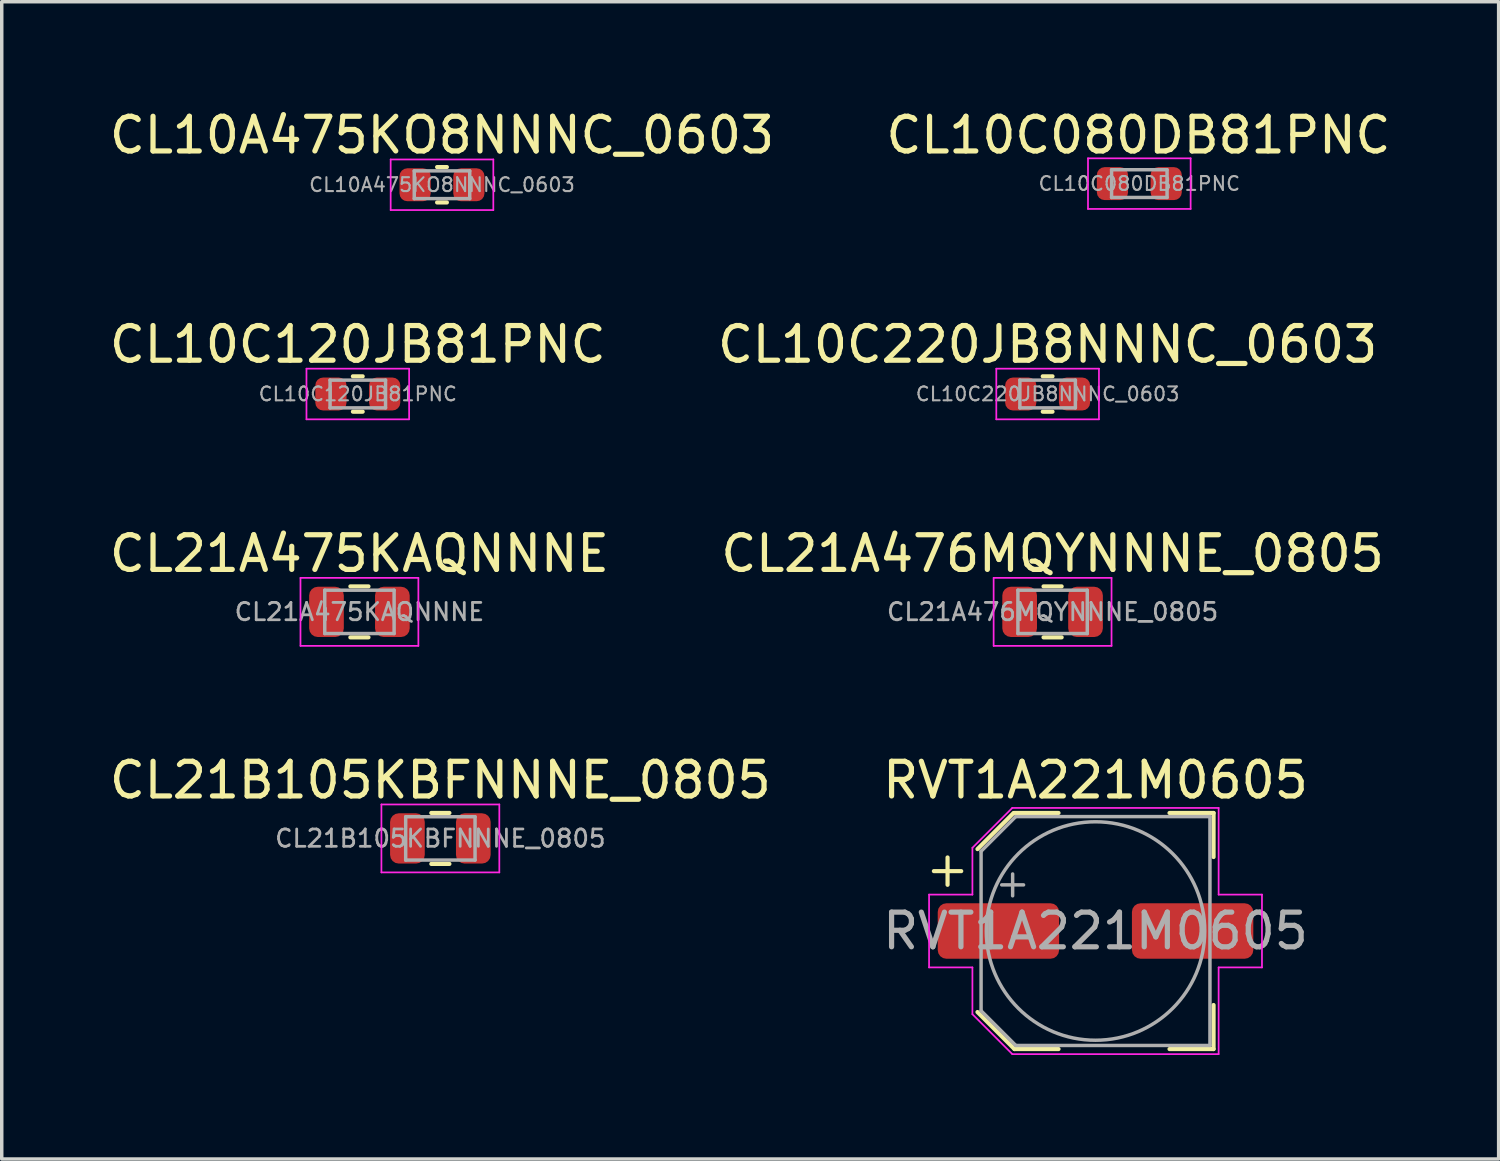
<source format=kicad_pcb>
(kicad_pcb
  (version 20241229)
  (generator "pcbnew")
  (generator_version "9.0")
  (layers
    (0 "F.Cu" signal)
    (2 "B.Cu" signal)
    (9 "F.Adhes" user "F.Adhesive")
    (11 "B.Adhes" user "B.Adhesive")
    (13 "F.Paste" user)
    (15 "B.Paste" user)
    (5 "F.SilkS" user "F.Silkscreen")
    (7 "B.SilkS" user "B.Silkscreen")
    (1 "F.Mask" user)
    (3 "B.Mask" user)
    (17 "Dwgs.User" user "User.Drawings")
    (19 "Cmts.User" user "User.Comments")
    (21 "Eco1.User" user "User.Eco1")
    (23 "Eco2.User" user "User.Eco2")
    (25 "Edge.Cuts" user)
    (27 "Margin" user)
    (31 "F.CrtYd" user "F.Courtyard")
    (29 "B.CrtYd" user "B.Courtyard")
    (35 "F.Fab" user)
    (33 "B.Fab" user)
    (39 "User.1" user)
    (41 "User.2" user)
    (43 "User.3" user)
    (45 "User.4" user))
  (footprint "CL10C220JB8NNNC_0603"
    (layer "F.Cu")
    (at 27.161 8.312)
    (property "Reference" "CL10C220JB8NNNC_0603" (at 0 -1.43 0) (layer "F.SilkS") (effects (font (size 1 1) (thickness 0.15))))
    (attr smd)
    (fp_line (start -0.141 -0.51) (end 0.141 -0.51) (stroke (width 0.12) (type solid)) (layer "F.SilkS"))
    (fp_line (start -0.141 0.51) (end 0.141 0.51) (stroke (width 0.12) (type solid)) (layer "F.SilkS"))
    (fp_line (start -1.48 -0.73) (end 1.48 -0.73) (stroke (width 0.05) (type solid)) (layer "F.CrtYd"))
    (fp_line (start -1.48 0.73) (end -1.48 -0.73) (stroke (width 0.05) (type solid)) (layer "F.CrtYd"))
    (fp_line (start 1.48 -0.73) (end 1.48 0.73) (stroke (width 0.05) (type solid)) (layer "F.CrtYd"))
    (fp_line (start 1.48 0.73) (end -1.48 0.73) (stroke (width 0.05) (type solid)) (layer "F.CrtYd"))
    (fp_line (start -0.8 -0.4) (end 0.8 -0.4) (stroke (width 0.1) (type solid)) (layer "F.Fab"))
    (fp_line (start -0.8 0.4) (end -0.8 -0.4) (stroke (width 0.1) (type solid)) (layer "F.Fab"))
    (fp_line (start 0.8 -0.4) (end 0.8 0.4) (stroke (width 0.1) (type solid)) (layer "F.Fab"))
    (fp_line (start 0.8 0.4) (end -0.8 0.4) (stroke (width 0.1) (type solid)) (layer "F.Fab"))
    (fp_text user "${REFERENCE}" (at 0 0 0) (layer "F.Fab") (effects (font (size 0.4 0.4) (thickness 0.06))))
    (pad "1" smd roundrect (at -0.775 0) (size 0.9 0.95) (layers "F.Cu" "F.Mask" "F.Paste") (roundrect_rratio 0.25))
    (pad "2" smd roundrect (at 0.775 0) (size 0.9 0.95) (layers "F.Cu" "F.Mask" "F.Paste") (roundrect_rratio 0.25)))
  (footprint "CL21A476MQYNNNE_0805"
    (layer "F.Cu")
    (at 27.304 14.595)
    (property "Reference" "CL21A476MQYNNNE_0805" (at 0 -1.68 0) (layer "F.SilkS") (effects (font (size 1 1) (thickness 0.15))))
    (attr smd)
    (fp_line (start -0.261 -0.735) (end 0.261 -0.735) (stroke (width 0.12) (type solid)) (layer "F.SilkS"))
    (fp_line (start -0.261 0.735) (end 0.261 0.735) (stroke (width 0.12) (type solid)) (layer "F.SilkS"))
    (fp_line (start -1.7 -0.98) (end 1.7 -0.98) (stroke (width 0.05) (type solid)) (layer "F.CrtYd"))
    (fp_line (start -1.7 0.98) (end -1.7 -0.98) (stroke (width 0.05) (type solid)) (layer "F.CrtYd"))
    (fp_line (start 1.7 -0.98) (end 1.7 0.98) (stroke (width 0.05) (type solid)) (layer "F.CrtYd"))
    (fp_line (start 1.7 0.98) (end -1.7 0.98) (stroke (width 0.05) (type solid)) (layer "F.CrtYd"))
    (fp_line (start -1 -0.625) (end 1 -0.625) (stroke (width 0.1) (type solid)) (layer "F.Fab"))
    (fp_line (start -1 0.625) (end -1 -0.625) (stroke (width 0.1) (type solid)) (layer "F.Fab"))
    (fp_line (start 1 -0.625) (end 1 0.625) (stroke (width 0.1) (type solid)) (layer "F.Fab"))
    (fp_line (start 1 0.625) (end -1 0.625) (stroke (width 0.1) (type solid)) (layer "F.Fab"))
    (fp_text user "${REFERENCE}" (at 0 0 0) (layer "F.Fab") (effects (font (size 0.5 0.5) (thickness 0.08))))
    (pad "1" smd roundrect (at -0.95 0) (size 1 1.45) (layers "F.Cu" "F.Mask" "F.Paste") (roundrect_rratio 0.25))
    (pad "2" smd roundrect (at 0.95 0) (size 1 1.45) (layers "F.Cu" "F.Mask" "F.Paste") (roundrect_rratio 0.25)))
  (footprint "CL10A475KO8NNNC_0603"
    (layer "F.Cu")
    (at 9.696 2.278)
    (property "Reference" "CL10A475KO8NNNC_0603" (at 0 -1.43 0) (layer "F.SilkS") (effects (font (size 1 1) (thickness 0.15))))
    (attr smd)
    (fp_line (start -0.141 -0.51) (end 0.141 -0.51) (stroke (width 0.12) (type solid)) (layer "F.SilkS"))
    (fp_line (start -0.141 0.51) (end 0.141 0.51) (stroke (width 0.12) (type solid)) (layer "F.SilkS"))
    (fp_line (start -1.48 -0.73) (end 1.48 -0.73) (stroke (width 0.05) (type solid)) (layer "F.CrtYd"))
    (fp_line (start -1.48 0.73) (end -1.48 -0.73) (stroke (width 0.05) (type solid)) (layer "F.CrtYd"))
    (fp_line (start 1.48 -0.73) (end 1.48 0.73) (stroke (width 0.05) (type solid)) (layer "F.CrtYd"))
    (fp_line (start 1.48 0.73) (end -1.48 0.73) (stroke (width 0.05) (type solid)) (layer "F.CrtYd"))
    (fp_line (start -0.8 -0.4) (end 0.8 -0.4) (stroke (width 0.1) (type solid)) (layer "F.Fab"))
    (fp_line (start -0.8 0.4) (end -0.8 -0.4) (stroke (width 0.1) (type solid)) (layer "F.Fab"))
    (fp_line (start 0.8 -0.4) (end 0.8 0.4) (stroke (width 0.1) (type solid)) (layer "F.Fab"))
    (fp_line (start 0.8 0.4) (end -0.8 0.4) (stroke (width 0.1) (type solid)) (layer "F.Fab"))
    (fp_text user "${REFERENCE}" (at 0 0 0) (layer "F.Fab") (effects (font (size 0.4 0.4) (thickness 0.06))))
    (pad "1" smd roundrect (at -0.775 0) (size 0.9 0.95) (layers "F.Cu" "F.Mask" "F.Paste") (roundrect_rratio 0.25))
    (pad "2" smd roundrect (at 0.775 0) (size 0.9 0.95) (layers "F.Cu" "F.Mask" "F.Paste") (roundrect_rratio 0.25)))
  (footprint "CL10C080DB81PNC"
    (layer "F.Cu")
    (at 29.805 2.245)
    (property "Reference" "CL10C080DB81PNC" (at -0.025 -1.397 0) (layer "F.SilkS") (effects (font (size 1 1) (thickness 0.15))))
    (attr smd)
    (fp_line (start -1.48 -0.73) (end 1.48 -0.73) (stroke (width 0.05) (type solid)) (layer "F.CrtYd"))
    (fp_line (start -1.48 0.73) (end -1.48 -0.73) (stroke (width 0.05) (type solid)) (layer "F.CrtYd"))
    (fp_line (start 1.48 -0.73) (end 1.48 0.73) (stroke (width 0.05) (type solid)) (layer "F.CrtYd"))
    (fp_line (start 1.48 0.73) (end -1.48 0.73) (stroke (width 0.05) (type solid)) (layer "F.CrtYd"))
    (fp_line (start -0.8 -0.4) (end 0.8 -0.4) (stroke (width 0.1) (type solid)) (layer "F.Fab"))
    (fp_line (start -0.8 0.4) (end -0.8 -0.4) (stroke (width 0.1) (type solid)) (layer "F.Fab"))
    (fp_line (start 0.8 -0.4) (end 0.8 0.4) (stroke (width 0.1) (type solid)) (layer "F.Fab"))
    (fp_line (start 0.8 0.4) (end -0.8 0.4) (stroke (width 0.1) (type solid)) (layer "F.Fab"))
    (fp_text user "${REFERENCE}" (at 0 0 0) (layer "F.Fab") (effects (font (size 0.4 0.4) (thickness 0.06))))
    (pad "1" smd roundrect (at -0.775 0) (size 0.9 0.95) (layers "F.Cu" "F.Mask" "F.Paste") (roundrect_rratio 0.25))
    (pad "2" smd roundrect (at 0.775 0) (size 0.9 0.95) (layers "F.Cu" "F.Mask" "F.Paste") (roundrect_rratio 0.25)))
  (footprint "CL21B105KBFNNNE_0805"
    (layer "F.Cu")
    (at 9.649 21.128)
    (property "Reference" "CL21B105KBFNNNE_0805" (at 0 -1.68 0) (layer "F.SilkS") (effects (font (size 1 1) (thickness 0.15))))
    (attr smd)
    (fp_line (start -0.261 -0.735) (end 0.261 -0.735) (stroke (width 0.12) (type solid)) (layer "F.SilkS"))
    (fp_line (start -0.261 0.735) (end 0.261 0.735) (stroke (width 0.12) (type solid)) (layer "F.SilkS"))
    (fp_line (start -1.7 -0.98) (end 1.7 -0.98) (stroke (width 0.05) (type solid)) (layer "F.CrtYd"))
    (fp_line (start -1.7 0.98) (end -1.7 -0.98) (stroke (width 0.05) (type solid)) (layer "F.CrtYd"))
    (fp_line (start 1.7 -0.98) (end 1.7 0.98) (stroke (width 0.05) (type solid)) (layer "F.CrtYd"))
    (fp_line (start 1.7 0.98) (end -1.7 0.98) (stroke (width 0.05) (type solid)) (layer "F.CrtYd"))
    (fp_line (start -1 -0.625) (end 1 -0.625) (stroke (width 0.1) (type solid)) (layer "F.Fab"))
    (fp_line (start -1 0.625) (end -1 -0.625) (stroke (width 0.1) (type solid)) (layer "F.Fab"))
    (fp_line (start 1 -0.625) (end 1 0.625) (stroke (width 0.1) (type solid)) (layer "F.Fab"))
    (fp_line (start 1 0.625) (end -1 0.625) (stroke (width 0.1) (type solid)) (layer "F.Fab"))
    (fp_text user "${REFERENCE}" (at 0 0 0) (layer "F.Fab") (effects (font (size 0.5 0.5) (thickness 0.08))))
    (pad "1" smd roundrect (at -0.95 0) (size 1 1.45) (layers "F.Cu" "F.Mask" "F.Paste") (roundrect_rratio 0.25))
    (pad "2" smd roundrect (at 0.95 0) (size 1 1.45) (layers "F.Cu" "F.Mask" "F.Paste") (roundrect_rratio 0.25)))
  (footprint "RVT1A221M0605"
    (layer "F.Cu")
    (at 28.542 23.798)
    (property "Reference" "RVT1A221M0605" (at 0 -4.35 0) (layer "F.SilkS") (effects (font (size 1 1) (thickness 0.15))))
    (attr smd)
    (fp_line (start -4.661 -1.727) (end -3.873 -1.727) (stroke (width 0.12) (type solid)) (layer "F.SilkS"))
    (fp_line (start -4.267 -2.121) (end -4.267 -1.333) (stroke (width 0.12) (type solid)) (layer "F.SilkS"))
    (fp_line (start -3.404 -2.362) (end -2.362 -3.404) (stroke (width 0.12) (type solid)) (layer "F.SilkS"))
    (fp_line (start -3.404 2.337) (end -2.337 3.404) (stroke (width 0.12) (type solid)) (layer "F.SilkS"))
    (fp_line (start -2.337 -3.404) (end -1.067 -3.404) (stroke (width 0.12) (type solid)) (layer "F.SilkS"))
    (fp_line (start -2.337 3.404) (end -1.067 3.404) (stroke (width 0.12) (type solid)) (layer "F.SilkS"))
    (fp_line (start 2.134 -3.404) (end 3.404 -3.404) (stroke (width 0.12) (type solid)) (layer "F.SilkS"))
    (fp_line (start 2.134 3.404) (end 3.404 3.404) (stroke (width 0.12) (type solid)) (layer "F.SilkS"))
    (fp_line (start 3.404 -2.134) (end 3.404 -3.404) (stroke (width 0.12) (type solid)) (layer "F.SilkS"))
    (fp_line (start 3.404 3.404) (end 3.404 2.134) (stroke (width 0.12) (type solid)) (layer "F.SilkS"))
    (fp_line (start -4.8 -1.05) (end -4.8 1.05) (stroke (width 0.05) (type solid)) (layer "F.CrtYd"))
    (fp_line (start -4.8 1.05) (end -3.55 1.05) (stroke (width 0.05) (type solid)) (layer "F.CrtYd"))
    (fp_line (start -3.55 -2.4) (end -3.55 -1.05) (stroke (width 0.05) (type solid)) (layer "F.CrtYd"))
    (fp_line (start -3.55 -2.4) (end -2.4 -3.55) (stroke (width 0.05) (type solid)) (layer "F.CrtYd"))
    (fp_line (start -3.55 -1.05) (end -4.8 -1.05) (stroke (width 0.05) (type solid)) (layer "F.CrtYd"))
    (fp_line (start -3.55 1.05) (end -3.55 2.4) (stroke (width 0.05) (type solid)) (layer "F.CrtYd"))
    (fp_line (start -3.55 2.4) (end -2.4 3.55) (stroke (width 0.05) (type solid)) (layer "F.CrtYd"))
    (fp_line (start -2.4 -3.55) (end 3.55 -3.55) (stroke (width 0.05) (type solid)) (layer "F.CrtYd"))
    (fp_line (start -2.4 3.55) (end 3.55 3.55) (stroke (width 0.05) (type solid)) (layer "F.CrtYd"))
    (fp_line (start 3.55 -3.55) (end 3.55 -1.05) (stroke (width 0.05) (type solid)) (layer "F.CrtYd"))
    (fp_line (start 3.55 -1.05) (end 4.8 -1.05) (stroke (width 0.05) (type solid)) (layer "F.CrtYd"))
    (fp_line (start 3.55 1.05) (end 3.55 3.55) (stroke (width 0.05) (type solid)) (layer "F.CrtYd"))
    (fp_line (start 4.8 -1.05) (end 4.8 1.05) (stroke (width 0.05) (type solid)) (layer "F.CrtYd"))
    (fp_line (start 4.8 1.05) (end 3.55 1.05) (stroke (width 0.05) (type solid)) (layer "F.CrtYd"))
    (fp_line (start -3.3 -2.3) (end -3.3 2.3) (stroke (width 0.1) (type solid)) (layer "F.Fab"))
    (fp_line (start -3.3 -2.3) (end -2.3 -3.3) (stroke (width 0.1) (type solid)) (layer "F.Fab"))
    (fp_line (start -3.3 2.3) (end -2.3 3.3) (stroke (width 0.1) (type solid)) (layer "F.Fab"))
    (fp_line (start -2.705 -1.33) (end -2.075 -1.33) (stroke (width 0.1) (type solid)) (layer "F.Fab"))
    (fp_line (start -2.39 -1.645) (end -2.39 -1.015) (stroke (width 0.1) (type solid)) (layer "F.Fab"))
    (fp_line (start -2.3 -3.3) (end 3.3 -3.3) (stroke (width 0.1) (type solid)) (layer "F.Fab"))
    (fp_line (start -2.3 3.3) (end 3.3 3.3) (stroke (width 0.1) (type solid)) (layer "F.Fab"))
    (fp_line (start 3.3 -3.3) (end 3.3 3.3) (stroke (width 0.1) (type solid)) (layer "F.Fab"))
    (fp_circle (center 0 0) (end 3.15 0) (stroke (width 0.1) (type solid)) (fill no) (layer "F.Fab"))
    (fp_line (start -3.41 -2.346) (end -3.41 -1.06) (stroke (width 0.12) (type solid)) (layer "User.8"))
    (fp_line (start -3.41 -2.346) (end -2.346 -3.41) (stroke (width 0.12) (type solid)) (layer "User.8"))
    (fp_line (start -3.41 2.346) (end -3.41 1.06) (stroke (width 0.12) (type solid)) (layer "User.8"))
    (fp_line (start -3.41 2.346) (end -2.346 3.41) (stroke (width 0.12) (type solid)) (layer "User.8"))
    (fp_line (start -2.346 -3.41) (end 3.41 -3.41) (stroke (width 0.12) (type solid)) (layer "User.8"))
    (fp_line (start -2.346 3.41) (end 3.41 3.41) (stroke (width 0.12) (type solid)) (layer "User.8"))
    (fp_line (start 3.41 -3.41) (end 3.41 -1.06) (stroke (width 0.12) (type solid)) (layer "User.8"))
    (fp_line (start 3.41 3.41) (end 3.41 1.06) (stroke (width 0.12) (type solid)) (layer "User.8"))
    (fp_text user "${REFERENCE}" (at 0 0 0) (layer "F.Fab") (effects (font (size 1 1) (thickness 0.15))))
    (pad "1" smd roundrect (at -2.8 0) (size 3.5 1.6) (layers "F.Cu" "F.Mask" "F.Paste") (roundrect_rratio 0.156))
    (pad "2" smd roundrect (at 2.8 0) (size 3.5 1.6) (layers "F.Cu" "F.Mask" "F.Paste") (roundrect_rratio 0.156)))
  (footprint "CL21A475KAQNNNE"
    (layer "F.Cu")
    (at 7.315 14.595)
    (property "Reference" "CL21A475KAQNNNE" (at 0 -1.68 0) (layer "F.SilkS") (effects (font (size 1 1) (thickness 0.15))))
    (attr smd)
    (fp_line (start -0.261 -0.735) (end 0.261 -0.735) (stroke (width 0.12) (type solid)) (layer "F.SilkS"))
    (fp_line (start -0.261 0.735) (end 0.261 0.735) (stroke (width 0.12) (type solid)) (layer "F.SilkS"))
    (fp_line (start -1.7 -0.98) (end 1.7 -0.98) (stroke (width 0.05) (type solid)) (layer "F.CrtYd"))
    (fp_line (start -1.7 0.98) (end -1.7 -0.98) (stroke (width 0.05) (type solid)) (layer "F.CrtYd"))
    (fp_line (start 1.7 -0.98) (end 1.7 0.98) (stroke (width 0.05) (type solid)) (layer "F.CrtYd"))
    (fp_line (start 1.7 0.98) (end -1.7 0.98) (stroke (width 0.05) (type solid)) (layer "F.CrtYd"))
    (fp_line (start -1 -0.625) (end 1 -0.625) (stroke (width 0.1) (type solid)) (layer "F.Fab"))
    (fp_line (start -1 0.625) (end -1 -0.625) (stroke (width 0.1) (type solid)) (layer "F.Fab"))
    (fp_line (start 1 -0.625) (end 1 0.625) (stroke (width 0.1) (type solid)) (layer "F.Fab"))
    (fp_line (start 1 0.625) (end -1 0.625) (stroke (width 0.1) (type solid)) (layer "F.Fab"))
    (fp_text user "${REFERENCE}" (at 0 0 0) (layer "F.Fab") (effects (font (size 0.5 0.5) (thickness 0.08))))
    (pad "1" smd roundrect (at -0.95 0) (size 1 1.45) (layers "F.Cu" "F.Mask" "F.Paste") (roundrect_rratio 0.25))
    (pad "2" smd roundrect (at 0.95 0) (size 1 1.45) (layers "F.Cu" "F.Mask" "F.Paste") (roundrect_rratio 0.25)))
  (footprint "CL10C120JB81PNC"
    (layer "F.Cu")
    (at 7.268 8.312)
    (property "Reference" "CL10C120JB81PNC" (at 0 -1.43 0) (layer "F.SilkS") (effects (font (size 1 1) (thickness 0.15))))
    (attr smd)
    (fp_line (start -0.141 -0.51) (end 0.141 -0.51) (stroke (width 0.12) (type solid)) (layer "F.SilkS"))
    (fp_line (start -0.141 0.51) (end 0.141 0.51) (stroke (width 0.12) (type solid)) (layer "F.SilkS"))
    (fp_line (start -1.48 -0.73) (end 1.48 -0.73) (stroke (width 0.05) (type solid)) (layer "F.CrtYd"))
    (fp_line (start -1.48 0.73) (end -1.48 -0.73) (stroke (width 0.05) (type solid)) (layer "F.CrtYd"))
    (fp_line (start 1.48 -0.73) (end 1.48 0.73) (stroke (width 0.05) (type solid)) (layer "F.CrtYd"))
    (fp_line (start 1.48 0.73) (end -1.48 0.73) (stroke (width 0.05) (type solid)) (layer "F.CrtYd"))
    (fp_line (start -0.8 -0.4) (end 0.8 -0.4) (stroke (width 0.1) (type solid)) (layer "F.Fab"))
    (fp_line (start -0.8 0.4) (end -0.8 -0.4) (stroke (width 0.1) (type solid)) (layer "F.Fab"))
    (fp_line (start 0.8 -0.4) (end 0.8 0.4) (stroke (width 0.1) (type solid)) (layer "F.Fab"))
    (fp_line (start 0.8 0.4) (end -0.8 0.4) (stroke (width 0.1) (type solid)) (layer "F.Fab"))
    (fp_text user "${REFERENCE}" (at 0 0 0) (layer "F.Fab") (effects (font (size 0.4 0.4) (thickness 0.06))))
    (pad "1" smd roundrect (at -0.775 0) (size 0.9 0.95) (layers "F.Cu" "F.Mask" "F.Paste") (roundrect_rratio 0.25))
    (pad "2" smd roundrect (at 0.775 0) (size 0.9 0.95) (layers "F.Cu" "F.Mask" "F.Paste") (roundrect_rratio 0.25)))
  (gr_rect
    (start -3 -3)
    (end 40.167 30.373)
    (stroke (width 0.1) (type default))
    (fill no)
    (layer "Edge.Cuts")))
</source>
